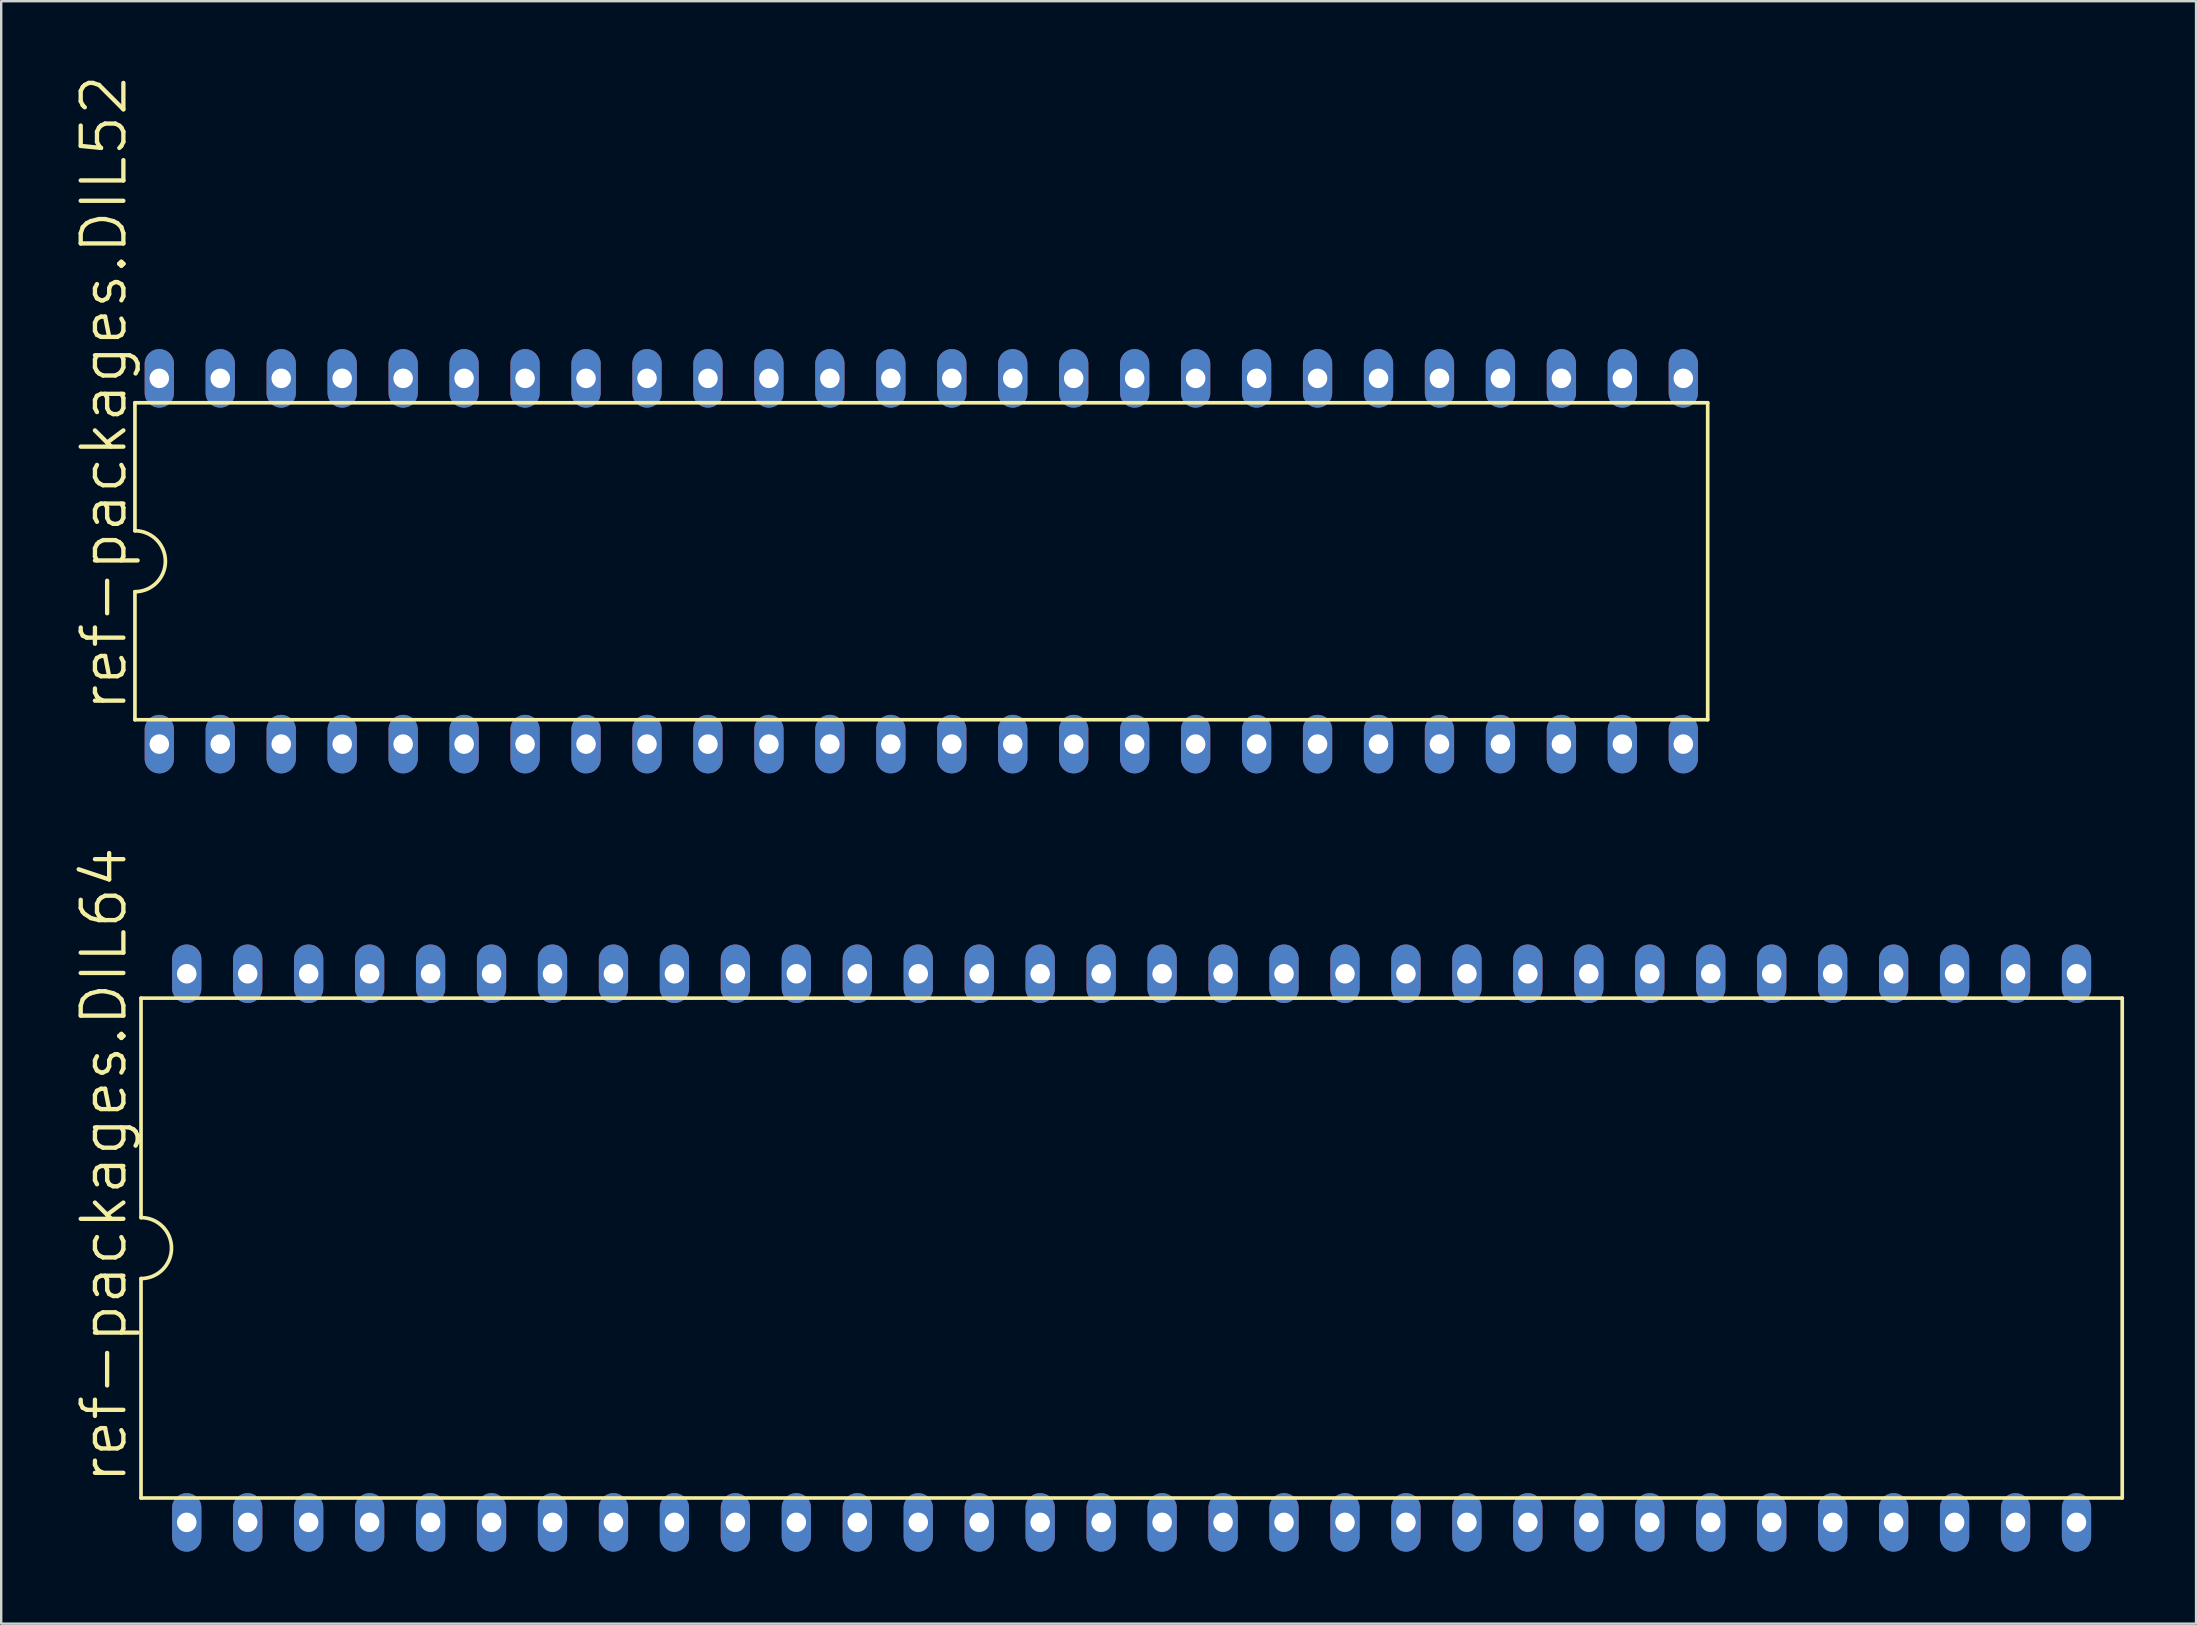
<source format=kicad_pcb>
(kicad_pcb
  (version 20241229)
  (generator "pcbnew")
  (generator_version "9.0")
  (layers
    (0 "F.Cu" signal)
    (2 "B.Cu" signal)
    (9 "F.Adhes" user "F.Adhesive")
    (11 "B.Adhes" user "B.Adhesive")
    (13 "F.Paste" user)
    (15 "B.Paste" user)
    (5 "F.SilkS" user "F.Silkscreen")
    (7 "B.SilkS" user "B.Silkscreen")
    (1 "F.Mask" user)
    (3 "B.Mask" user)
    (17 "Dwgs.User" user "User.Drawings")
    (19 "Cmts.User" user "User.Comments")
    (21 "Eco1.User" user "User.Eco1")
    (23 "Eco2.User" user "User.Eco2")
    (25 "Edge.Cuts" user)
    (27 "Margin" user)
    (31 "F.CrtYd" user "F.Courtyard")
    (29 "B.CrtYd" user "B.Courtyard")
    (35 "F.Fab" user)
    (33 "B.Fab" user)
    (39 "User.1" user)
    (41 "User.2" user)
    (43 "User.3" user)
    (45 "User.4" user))
  (footprint "ref-packages.DIL64"
    (layer "F.Cu")
    (at 44.101 48.953)
    (property "Reference" "ref-packages.DIL64" (at -41.783 9.906 90) (layer "F.SilkS") (effects (font (size 1.778 1.778) (thickness 0.18)) (justify left bottom)))
    (attr through_hole)
    (fp_line (start -41.275 -10.414) (end -41.275 -1.27) (stroke (width 0.152) (type default)) (layer "F.SilkS"))
    (fp_line (start -41.275 -10.414) (end 41.275 -10.414) (stroke (width 0.152) (type default)) (layer "F.SilkS"))
    (fp_line (start -41.275 1.27) (end -41.275 10.414) (stroke (width 0.152) (type default)) (layer "F.SilkS"))
    (fp_line (start -41.275 10.414) (end 41.275 10.414) (stroke (width 0.152) (type default)) (layer "F.SilkS"))
    (fp_line (start 41.275 10.414) (end 41.275 -10.414) (stroke (width 0.152) (type default)) (layer "F.SilkS"))
    (fp_arc (start -41.275 -1.27) (mid -40.005 0) (end -41.275 1.27) (stroke (width 0.1524) (type default)) (layer "F.SilkS"))
    (pad "1" thru_hole oval (at -39.37 11.43 90) (size 2.438 1.219) (drill 0.813) (layers "*.Cu" "*.Mask"))
    (pad "2" thru_hole oval (at -36.83 11.43 90) (size 2.438 1.219) (drill 0.813) (layers "*.Cu" "*.Mask"))
    (pad "3" thru_hole oval (at -34.29 11.43 90) (size 2.438 1.219) (drill 0.813) (layers "*.Cu" "*.Mask"))
    (pad "4" thru_hole oval (at -31.75 11.43 90) (size 2.438 1.219) (drill 0.813) (layers "*.Cu" "*.Mask"))
    (pad "5" thru_hole oval (at -29.21 11.43 90) (size 2.438 1.219) (drill 0.813) (layers "*.Cu" "*.Mask"))
    (pad "6" thru_hole oval (at -26.67 11.43 90) (size 2.438 1.219) (drill 0.813) (layers "*.Cu" "*.Mask"))
    (pad "7" thru_hole oval (at -24.13 11.43 90) (size 2.438 1.219) (drill 0.813) (layers "*.Cu" "*.Mask"))
    (pad "8" thru_hole oval (at -21.59 11.43 90) (size 2.438 1.219) (drill 0.813) (layers "*.Cu" "*.Mask"))
    (pad "9" thru_hole oval (at -19.05 11.43 90) (size 2.438 1.219) (drill 0.813) (layers "*.Cu" "*.Mask"))
    (pad "10" thru_hole oval (at -16.51 11.43 90) (size 2.438 1.219) (drill 0.813) (layers "*.Cu" "*.Mask"))
    (pad "11" thru_hole oval (at -13.97 11.43 90) (size 2.438 1.219) (drill 0.813) (layers "*.Cu" "*.Mask"))
    (pad "12" thru_hole oval (at -11.43 11.43 90) (size 2.438 1.219) (drill 0.813) (layers "*.Cu" "*.Mask"))
    (pad "13" thru_hole oval (at -8.89 11.43 90) (size 2.438 1.219) (drill 0.813) (layers "*.Cu" "*.Mask"))
    (pad "14" thru_hole oval (at -6.35 11.43 90) (size 2.438 1.219) (drill 0.813) (layers "*.Cu" "*.Mask"))
    (pad "15" thru_hole oval (at -3.81 11.43 90) (size 2.438 1.219) (drill 0.813) (layers "*.Cu" "*.Mask"))
    (pad "16" thru_hole oval (at -1.27 11.43 90) (size 2.438 1.219) (drill 0.813) (layers "*.Cu" "*.Mask"))
    (pad "17" thru_hole oval (at 1.27 11.43 90) (size 2.438 1.219) (drill 0.813) (layers "*.Cu" "*.Mask"))
    (pad "18" thru_hole oval (at 3.81 11.43 90) (size 2.438 1.219) (drill 0.813) (layers "*.Cu" "*.Mask"))
    (pad "19" thru_hole oval (at 6.35 11.43 90) (size 2.438 1.219) (drill 0.813) (layers "*.Cu" "*.Mask"))
    (pad "20" thru_hole oval (at 8.89 11.43 90) (size 2.438 1.219) (drill 0.813) (layers "*.Cu" "*.Mask"))
    (pad "21" thru_hole oval (at 11.43 11.43 90) (size 2.438 1.219) (drill 0.813) (layers "*.Cu" "*.Mask"))
    (pad "22" thru_hole oval (at 13.97 11.43 90) (size 2.438 1.219) (drill 0.813) (layers "*.Cu" "*.Mask"))
    (pad "23" thru_hole oval (at 16.51 11.43 90) (size 2.438 1.219) (drill 0.813) (layers "*.Cu" "*.Mask"))
    (pad "24" thru_hole oval (at 19.05 11.43 90) (size 2.438 1.219) (drill 0.813) (layers "*.Cu" "*.Mask"))
    (pad "25" thru_hole oval (at 21.59 11.43 90) (size 2.438 1.219) (drill 0.813) (layers "*.Cu" "*.Mask"))
    (pad "26" thru_hole oval (at 24.13 11.43 90) (size 2.438 1.219) (drill 0.813) (layers "*.Cu" "*.Mask"))
    (pad "27" thru_hole oval (at 26.67 11.43 90) (size 2.438 1.219) (drill 0.813) (layers "*.Cu" "*.Mask"))
    (pad "28" thru_hole oval (at 29.21 11.43 90) (size 2.438 1.219) (drill 0.813) (layers "*.Cu" "*.Mask"))
    (pad "29" thru_hole oval (at 31.75 11.43 90) (size 2.438 1.219) (drill 0.813) (layers "*.Cu" "*.Mask"))
    (pad "30" thru_hole oval (at 34.29 11.43 90) (size 2.438 1.219) (drill 0.813) (layers "*.Cu" "*.Mask"))
    (pad "31" thru_hole oval (at 36.83 11.43 90) (size 2.438 1.219) (drill 0.813) (layers "*.Cu" "*.Mask"))
    (pad "32" thru_hole oval (at 39.37 11.43 90) (size 2.438 1.219) (drill 0.813) (layers "*.Cu" "*.Mask"))
    (pad "33" thru_hole oval (at 39.37 -11.43 90) (size 2.438 1.219) (drill 0.813) (layers "*.Cu" "*.Mask"))
    (pad "34" thru_hole oval (at 36.83 -11.43 90) (size 2.438 1.219) (drill 0.813) (layers "*.Cu" "*.Mask"))
    (pad "35" thru_hole oval (at 34.29 -11.43 90) (size 2.438 1.219) (drill 0.813) (layers "*.Cu" "*.Mask"))
    (pad "36" thru_hole oval (at 31.75 -11.43 90) (size 2.438 1.219) (drill 0.813) (layers "*.Cu" "*.Mask"))
    (pad "37" thru_hole oval (at 29.21 -11.43 90) (size 2.438 1.219) (drill 0.813) (layers "*.Cu" "*.Mask"))
    (pad "38" thru_hole oval (at 26.67 -11.43 90) (size 2.438 1.219) (drill 0.813) (layers "*.Cu" "*.Mask"))
    (pad "39" thru_hole oval (at 24.13 -11.43 90) (size 2.438 1.219) (drill 0.813) (layers "*.Cu" "*.Mask"))
    (pad "40" thru_hole oval (at 21.59 -11.43 90) (size 2.438 1.219) (drill 0.813) (layers "*.Cu" "*.Mask"))
    (pad "41" thru_hole oval (at 19.05 -11.43 90) (size 2.438 1.219) (drill 0.813) (layers "*.Cu" "*.Mask"))
    (pad "42" thru_hole oval (at 16.51 -11.43 90) (size 2.438 1.219) (drill 0.813) (layers "*.Cu" "*.Mask"))
    (pad "43" thru_hole oval (at 13.97 -11.43 90) (size 2.438 1.219) (drill 0.813) (layers "*.Cu" "*.Mask"))
    (pad "44" thru_hole oval (at 11.43 -11.43 90) (size 2.438 1.219) (drill 0.813) (layers "*.Cu" "*.Mask"))
    (pad "45" thru_hole oval (at 8.89 -11.43 90) (size 2.438 1.219) (drill 0.813) (layers "*.Cu" "*.Mask"))
    (pad "46" thru_hole oval (at 6.35 -11.43 90) (size 2.438 1.219) (drill 0.813) (layers "*.Cu" "*.Mask"))
    (pad "47" thru_hole oval (at 3.81 -11.43 90) (size 2.438 1.219) (drill 0.813) (layers "*.Cu" "*.Mask"))
    (pad "48" thru_hole oval (at 1.27 -11.43 90) (size 2.438 1.219) (drill 0.813) (layers "*.Cu" "*.Mask"))
    (pad "49" thru_hole oval (at -1.27 -11.43 90) (size 2.438 1.219) (drill 0.813) (layers "*.Cu" "*.Mask"))
    (pad "50" thru_hole oval (at -3.81 -11.43 90) (size 2.438 1.219) (drill 0.813) (layers "*.Cu" "*.Mask"))
    (pad "51" thru_hole oval (at -6.35 -11.43 90) (size 2.438 1.219) (drill 0.813) (layers "*.Cu" "*.Mask"))
    (pad "52" thru_hole oval (at -8.89 -11.43 90) (size 2.438 1.219) (drill 0.813) (layers "*.Cu" "*.Mask"))
    (pad "53" thru_hole oval (at -11.43 -11.43 90) (size 2.438 1.219) (drill 0.813) (layers "*.Cu" "*.Mask"))
    (pad "54" thru_hole oval (at -13.97 -11.43 90) (size 2.438 1.219) (drill 0.813) (layers "*.Cu" "*.Mask"))
    (pad "55" thru_hole oval (at -16.51 -11.43 90) (size 2.438 1.219) (drill 0.813) (layers "*.Cu" "*.Mask"))
    (pad "56" thru_hole oval (at -19.05 -11.43 90) (size 2.438 1.219) (drill 0.813) (layers "*.Cu" "*.Mask"))
    (pad "57" thru_hole oval (at -21.59 -11.43 90) (size 2.438 1.219) (drill 0.813) (layers "*.Cu" "*.Mask"))
    (pad "58" thru_hole oval (at -24.13 -11.43 90) (size 2.438 1.219) (drill 0.813) (layers "*.Cu" "*.Mask"))
    (pad "59" thru_hole oval (at -26.67 -11.43 90) (size 2.438 1.219) (drill 0.813) (layers "*.Cu" "*.Mask"))
    (pad "60" thru_hole oval (at -29.21 -11.43 90) (size 2.438 1.219) (drill 0.813) (layers "*.Cu" "*.Mask"))
    (pad "61" thru_hole oval (at -31.75 -11.43 90) (size 2.438 1.219) (drill 0.813) (layers "*.Cu" "*.Mask"))
    (pad "62" thru_hole oval (at -34.29 -11.43 90) (size 2.438 1.219) (drill 0.813) (layers "*.Cu" "*.Mask"))
    (pad "63" thru_hole oval (at -36.83 -11.43 90) (size 2.438 1.219) (drill 0.813) (layers "*.Cu" "*.Mask"))
    (pad "64" thru_hole oval (at -39.37 -11.43 90) (size 2.438 1.219) (drill 0.813) (layers "*.Cu" "*.Mask")))
  (footprint "ref-packages.DIL52"
    (layer "F.Cu")
    (at 35.338 20.335)
    (property "Reference" "ref-packages.DIL52" (at -33.02 6.35 90) (layer "F.SilkS") (effects (font (size 1.778 1.778) (thickness 0.18)) (justify left bottom)))
    (attr through_hole)
    (fp_line (start -32.766 -6.604) (end 32.766 -6.604) (stroke (width 0.152) (type default)) (layer "F.SilkS"))
    (fp_line (start -32.766 -1.27) (end -32.766 -6.604) (stroke (width 0.152) (type default)) (layer "F.SilkS"))
    (fp_line (start -32.766 1.27) (end -32.766 6.604) (stroke (width 0.152) (type default)) (layer "F.SilkS"))
    (fp_line (start -32.766 6.604) (end 32.766 6.604) (stroke (width 0.152) (type default)) (layer "F.SilkS"))
    (fp_line (start 32.766 6.604) (end 32.766 -6.604) (stroke (width 0.152) (type default)) (layer "F.SilkS"))
    (fp_arc (start -32.766 -1.27) (mid -31.496 0) (end -32.766 1.27) (stroke (width 0.1524) (type default)) (layer "F.SilkS"))
    (pad "1" thru_hole oval (at -31.75 7.62 90) (size 2.438 1.219) (drill 0.813) (layers "*.Cu" "*.Mask"))
    (pad "2" thru_hole oval (at -29.21 7.62 90) (size 2.438 1.219) (drill 0.813) (layers "*.Cu" "*.Mask"))
    (pad "3" thru_hole oval (at -26.67 7.62 90) (size 2.438 1.219) (drill 0.813) (layers "*.Cu" "*.Mask"))
    (pad "4" thru_hole oval (at -24.13 7.62 90) (size 2.438 1.219) (drill 0.813) (layers "*.Cu" "*.Mask"))
    (pad "5" thru_hole oval (at -21.59 7.62 90) (size 2.438 1.219) (drill 0.813) (layers "*.Cu" "*.Mask"))
    (pad "6" thru_hole oval (at -19.05 7.62 90) (size 2.438 1.219) (drill 0.813) (layers "*.Cu" "*.Mask"))
    (pad "7" thru_hole oval (at -16.51 7.62 90) (size 2.438 1.219) (drill 0.813) (layers "*.Cu" "*.Mask"))
    (pad "8" thru_hole oval (at -13.97 7.62 90) (size 2.438 1.219) (drill 0.813) (layers "*.Cu" "*.Mask"))
    (pad "9" thru_hole oval (at -11.43 7.62 90) (size 2.438 1.219) (drill 0.813) (layers "*.Cu" "*.Mask"))
    (pad "10" thru_hole oval (at -8.89 7.62 90) (size 2.438 1.219) (drill 0.813) (layers "*.Cu" "*.Mask"))
    (pad "11" thru_hole oval (at -6.35 7.62 90) (size 2.438 1.219) (drill 0.813) (layers "*.Cu" "*.Mask"))
    (pad "12" thru_hole oval (at -3.81 7.62 90) (size 2.438 1.219) (drill 0.813) (layers "*.Cu" "*.Mask"))
    (pad "13" thru_hole oval (at -1.27 7.62 90) (size 2.438 1.219) (drill 0.813) (layers "*.Cu" "*.Mask"))
    (pad "14" thru_hole oval (at 1.27 7.62 90) (size 2.438 1.219) (drill 0.813) (layers "*.Cu" "*.Mask"))
    (pad "15" thru_hole oval (at 3.81 7.62 90) (size 2.438 1.219) (drill 0.813) (layers "*.Cu" "*.Mask"))
    (pad "16" thru_hole oval (at 6.35 7.62 90) (size 2.438 1.219) (drill 0.813) (layers "*.Cu" "*.Mask"))
    (pad "17" thru_hole oval (at 8.89 7.62 90) (size 2.438 1.219) (drill 0.813) (layers "*.Cu" "*.Mask"))
    (pad "18" thru_hole oval (at 11.43 7.62 90) (size 2.438 1.219) (drill 0.813) (layers "*.Cu" "*.Mask"))
    (pad "19" thru_hole oval (at 13.97 7.62 90) (size 2.438 1.219) (drill 0.813) (layers "*.Cu" "*.Mask"))
    (pad "20" thru_hole oval (at 16.51 7.62 90) (size 2.438 1.219) (drill 0.813) (layers "*.Cu" "*.Mask"))
    (pad "21" thru_hole oval (at 19.05 7.62 90) (size 2.438 1.219) (drill 0.813) (layers "*.Cu" "*.Mask"))
    (pad "22" thru_hole oval (at 21.59 7.62 90) (size 2.438 1.219) (drill 0.813) (layers "*.Cu" "*.Mask"))
    (pad "23" thru_hole oval (at 24.13 7.62 90) (size 2.438 1.219) (drill 0.813) (layers "*.Cu" "*.Mask"))
    (pad "24" thru_hole oval (at 26.67 7.62 90) (size 2.438 1.219) (drill 0.813) (layers "*.Cu" "*.Mask"))
    (pad "25" thru_hole oval (at 29.21 7.62 90) (size 2.438 1.219) (drill 0.813) (layers "*.Cu" "*.Mask"))
    (pad "26" thru_hole oval (at 31.75 7.62 90) (size 2.438 1.219) (drill 0.813) (layers "*.Cu" "*.Mask"))
    (pad "27" thru_hole oval (at 31.75 -7.62 90) (size 2.438 1.219) (drill 0.813) (layers "*.Cu" "*.Mask"))
    (pad "28" thru_hole oval (at 29.21 -7.62 90) (size 2.438 1.219) (drill 0.813) (layers "*.Cu" "*.Mask"))
    (pad "29" thru_hole oval (at 26.67 -7.62 90) (size 2.438 1.219) (drill 0.813) (layers "*.Cu" "*.Mask"))
    (pad "30" thru_hole oval (at 24.13 -7.62 90) (size 2.438 1.219) (drill 0.813) (layers "*.Cu" "*.Mask"))
    (pad "31" thru_hole oval (at 21.59 -7.62 90) (size 2.438 1.219) (drill 0.813) (layers "*.Cu" "*.Mask"))
    (pad "32" thru_hole oval (at 19.05 -7.62 90) (size 2.438 1.219) (drill 0.813) (layers "*.Cu" "*.Mask"))
    (pad "33" thru_hole oval (at 16.51 -7.62 90) (size 2.438 1.219) (drill 0.813) (layers "*.Cu" "*.Mask"))
    (pad "34" thru_hole oval (at 13.97 -7.62 90) (size 2.438 1.219) (drill 0.813) (layers "*.Cu" "*.Mask"))
    (pad "35" thru_hole oval (at 11.43 -7.62 90) (size 2.438 1.219) (drill 0.813) (layers "*.Cu" "*.Mask"))
    (pad "36" thru_hole oval (at 8.89 -7.62 90) (size 2.438 1.219) (drill 0.813) (layers "*.Cu" "*.Mask"))
    (pad "37" thru_hole oval (at 6.35 -7.62 90) (size 2.438 1.219) (drill 0.813) (layers "*.Cu" "*.Mask"))
    (pad "38" thru_hole oval (at 3.81 -7.62 90) (size 2.438 1.219) (drill 0.813) (layers "*.Cu" "*.Mask"))
    (pad "39" thru_hole oval (at 1.27 -7.62 90) (size 2.438 1.219) (drill 0.813) (layers "*.Cu" "*.Mask"))
    (pad "40" thru_hole oval (at -1.27 -7.62 90) (size 2.438 1.219) (drill 0.813) (layers "*.Cu" "*.Mask"))
    (pad "41" thru_hole oval (at -3.81 -7.62 90) (size 2.438 1.219) (drill 0.813) (layers "*.Cu" "*.Mask"))
    (pad "42" thru_hole oval (at -6.35 -7.62 90) (size 2.438 1.219) (drill 0.813) (layers "*.Cu" "*.Mask"))
    (pad "43" thru_hole oval (at -8.89 -7.62 90) (size 2.438 1.219) (drill 0.813) (layers "*.Cu" "*.Mask"))
    (pad "44" thru_hole oval (at -11.43 -7.62 90) (size 2.438 1.219) (drill 0.813) (layers "*.Cu" "*.Mask"))
    (pad "45" thru_hole oval (at -13.97 -7.62 90) (size 2.438 1.219) (drill 0.813) (layers "*.Cu" "*.Mask"))
    (pad "46" thru_hole oval (at -16.51 -7.62 90) (size 2.438 1.219) (drill 0.813) (layers "*.Cu" "*.Mask"))
    (pad "47" thru_hole oval (at -19.05 -7.62 90) (size 2.438 1.219) (drill 0.813) (layers "*.Cu" "*.Mask"))
    (pad "48" thru_hole oval (at -21.59 -7.62 90) (size 2.438 1.219) (drill 0.813) (layers "*.Cu" "*.Mask"))
    (pad "49" thru_hole oval (at -24.13 -7.62 90) (size 2.438 1.219) (drill 0.813) (layers "*.Cu" "*.Mask"))
    (pad "50" thru_hole oval (at -26.67 -7.62 90) (size 2.438 1.219) (drill 0.813) (layers "*.Cu" "*.Mask"))
    (pad "51" thru_hole oval (at -29.21 -7.62 90) (size 2.438 1.219) (drill 0.813) (layers "*.Cu" "*.Mask"))
    (pad "52" thru_hole oval (at -31.75 -7.62 90) (size 2.438 1.219) (drill 0.813) (layers "*.Cu" "*.Mask")))
  (gr_rect
    (start -3 -3)
    (end 88.452 64.603)
    (stroke (width 0.1) (type default))
    (fill no)
    (layer "Edge.Cuts")))
</source>
